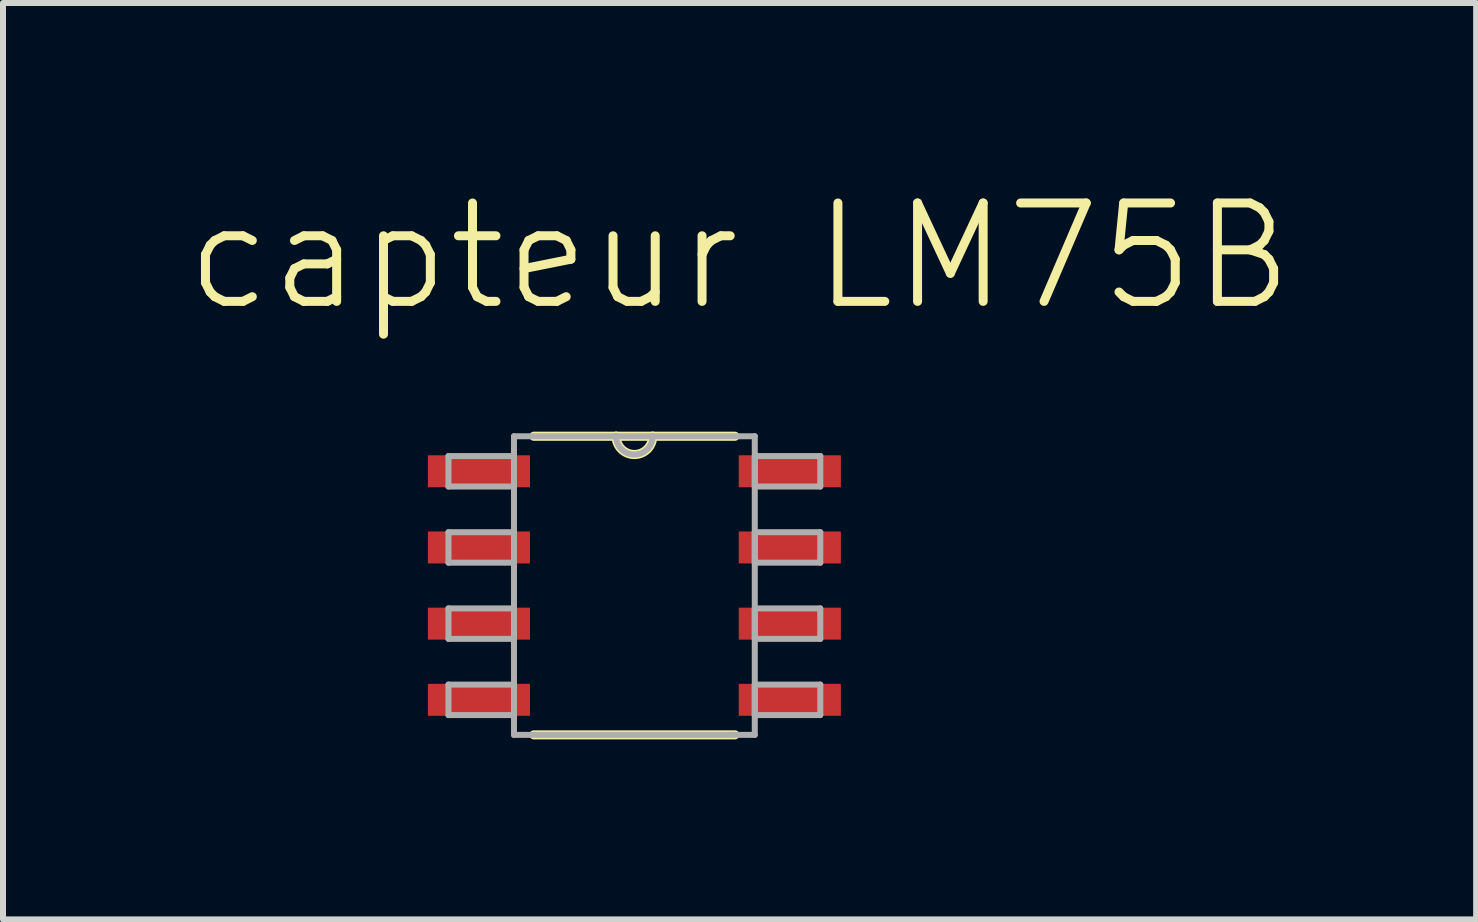
<source format=kicad_pcb>
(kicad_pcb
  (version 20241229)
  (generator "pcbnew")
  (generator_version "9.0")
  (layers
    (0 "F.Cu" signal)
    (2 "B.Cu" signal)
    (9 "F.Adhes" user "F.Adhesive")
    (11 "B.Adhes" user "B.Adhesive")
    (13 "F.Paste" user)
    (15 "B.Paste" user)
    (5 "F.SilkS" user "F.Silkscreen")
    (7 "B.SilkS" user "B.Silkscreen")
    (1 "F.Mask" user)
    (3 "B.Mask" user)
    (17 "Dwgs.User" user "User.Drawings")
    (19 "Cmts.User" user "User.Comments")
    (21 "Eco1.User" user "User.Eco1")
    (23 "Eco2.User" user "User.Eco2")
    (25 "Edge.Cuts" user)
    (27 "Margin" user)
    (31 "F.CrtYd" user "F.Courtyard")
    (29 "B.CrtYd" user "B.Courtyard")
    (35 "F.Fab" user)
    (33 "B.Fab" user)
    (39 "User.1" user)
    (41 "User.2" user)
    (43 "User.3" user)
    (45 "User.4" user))
  (footprint "capteur LM75B"
    (layer "F.Cu")
    (at 7.525 6.711)
    (property "Reference" "capteur LM75B" (at 1.753 -5.488 0) (layer "F.SilkS") (effects (font (size 1.64 1.64) (thickness 0.15))))
    (attr smd)
    (fp_line (start -1.676 2.489) (end 1.676 2.489) (stroke (width 0.152) (type solid)) (layer "F.SilkS"))
    (fp_line (start -0.305 -2.489) (end -1.676 -2.489) (stroke (width 0.152) (type solid)) (layer "F.SilkS"))
    (fp_line (start 0.305 -2.489) (end -0.305 -2.489) (stroke (width 0.152) (type solid)) (layer "F.SilkS"))
    (fp_line (start 1.676 -2.489) (end 0.305 -2.489) (stroke (width 0.152) (type solid)) (layer "F.SilkS"))
    (fp_arc (start 0.3048 -2.4892) (mid 0 -2.1844) (end -0.3048 -2.4892) (stroke (width 0.1524) (type solid)) (layer "F.SilkS"))
    (fp_line (start -3.099 -2.159) (end -3.099 -1.651) (stroke (width 0.1) (type solid)) (layer "F.Fab"))
    (fp_line (start -3.099 -1.651) (end -2.007 -1.651) (stroke (width 0.1) (type solid)) (layer "F.Fab"))
    (fp_line (start -3.099 -0.889) (end -3.099 -0.381) (stroke (width 0.1) (type solid)) (layer "F.Fab"))
    (fp_line (start -3.099 -0.381) (end -2.007 -0.381) (stroke (width 0.1) (type solid)) (layer "F.Fab"))
    (fp_line (start -3.099 0.381) (end -3.099 0.889) (stroke (width 0.1) (type solid)) (layer "F.Fab"))
    (fp_line (start -3.099 0.889) (end -2.007 0.889) (stroke (width 0.1) (type solid)) (layer "F.Fab"))
    (fp_line (start -3.099 1.651) (end -3.099 2.159) (stroke (width 0.1) (type solid)) (layer "F.Fab"))
    (fp_line (start -3.099 2.159) (end -2.007 2.159) (stroke (width 0.1) (type solid)) (layer "F.Fab"))
    (fp_line (start -2.007 -2.489) (end -2.007 2.489) (stroke (width 0.1) (type solid)) (layer "F.Fab"))
    (fp_line (start -2.007 -2.159) (end -3.099 -2.159) (stroke (width 0.1) (type solid)) (layer "F.Fab"))
    (fp_line (start -2.007 -1.651) (end -2.007 -2.159) (stroke (width 0.1) (type solid)) (layer "F.Fab"))
    (fp_line (start -2.007 -0.889) (end -3.099 -0.889) (stroke (width 0.1) (type solid)) (layer "F.Fab"))
    (fp_line (start -2.007 -0.381) (end -2.007 -0.889) (stroke (width 0.1) (type solid)) (layer "F.Fab"))
    (fp_line (start -2.007 0.381) (end -3.099 0.381) (stroke (width 0.1) (type solid)) (layer "F.Fab"))
    (fp_line (start -2.007 0.889) (end -2.007 0.381) (stroke (width 0.1) (type solid)) (layer "F.Fab"))
    (fp_line (start -2.007 1.651) (end -3.099 1.651) (stroke (width 0.1) (type solid)) (layer "F.Fab"))
    (fp_line (start -2.007 2.159) (end -2.007 1.651) (stroke (width 0.1) (type solid)) (layer "F.Fab"))
    (fp_line (start -2.007 2.489) (end 2.007 2.489) (stroke (width 0.1) (type solid)) (layer "F.Fab"))
    (fp_line (start -0.305 -2.489) (end -2.007 -2.489) (stroke (width 0.1) (type solid)) (layer "F.Fab"))
    (fp_line (start 0.305 -2.489) (end -0.305 -2.489) (stroke (width 0.1) (type solid)) (layer "F.Fab"))
    (fp_line (start 2.007 -2.489) (end 0.305 -2.489) (stroke (width 0.1) (type solid)) (layer "F.Fab"))
    (fp_line (start 2.007 -2.159) (end 2.007 -1.651) (stroke (width 0.1) (type solid)) (layer "F.Fab"))
    (fp_line (start 2.007 -1.651) (end 3.099 -1.651) (stroke (width 0.1) (type solid)) (layer "F.Fab"))
    (fp_line (start 2.007 -0.889) (end 2.007 -0.381) (stroke (width 0.1) (type solid)) (layer "F.Fab"))
    (fp_line (start 2.007 -0.381) (end 3.099 -0.381) (stroke (width 0.1) (type solid)) (layer "F.Fab"))
    (fp_line (start 2.007 0.381) (end 2.007 0.889) (stroke (width 0.1) (type solid)) (layer "F.Fab"))
    (fp_line (start 2.007 0.889) (end 3.099 0.889) (stroke (width 0.1) (type solid)) (layer "F.Fab"))
    (fp_line (start 2.007 1.651) (end 2.007 2.159) (stroke (width 0.1) (type solid)) (layer "F.Fab"))
    (fp_line (start 2.007 2.159) (end 3.099 2.159) (stroke (width 0.1) (type solid)) (layer "F.Fab"))
    (fp_line (start 2.007 2.489) (end 2.007 -2.489) (stroke (width 0.1) (type solid)) (layer "F.Fab"))
    (fp_line (start 3.099 -2.159) (end 2.007 -2.159) (stroke (width 0.1) (type solid)) (layer "F.Fab"))
    (fp_line (start 3.099 -1.651) (end 3.099 -2.159) (stroke (width 0.1) (type solid)) (layer "F.Fab"))
    (fp_line (start 3.099 -0.889) (end 2.007 -0.889) (stroke (width 0.1) (type solid)) (layer "F.Fab"))
    (fp_line (start 3.099 -0.381) (end 3.099 -0.889) (stroke (width 0.1) (type solid)) (layer "F.Fab"))
    (fp_line (start 3.099 0.381) (end 2.007 0.381) (stroke (width 0.1) (type solid)) (layer "F.Fab"))
    (fp_line (start 3.099 0.889) (end 3.099 0.381) (stroke (width 0.1) (type solid)) (layer "F.Fab"))
    (fp_line (start 3.099 1.651) (end 2.007 1.651) (stroke (width 0.1) (type solid)) (layer "F.Fab"))
    (fp_line (start 3.099 2.159) (end 3.099 1.651) (stroke (width 0.1) (type solid)) (layer "F.Fab"))
    (fp_arc (start 0.3048 -2.4892) (mid 0 -2.1844) (end -0.3048 -2.4892) (stroke (width 0.1) (type solid)) (layer "F.Fab"))
    (pad "1" smd rect (at -2.591 -1.905) (size 1.702 0.533) (layers "F.Cu" "F.Mask" "F.Paste"))
    (pad "2" smd rect (at -2.591 -0.635) (size 1.702 0.533) (layers "F.Cu" "F.Mask" "F.Paste"))
    (pad "3" smd rect (at -2.591 0.635) (size 1.702 0.533) (layers "F.Cu" "F.Mask" "F.Paste"))
    (pad "4" smd rect (at -2.591 1.905) (size 1.702 0.533) (layers "F.Cu" "F.Mask" "F.Paste"))
    (pad "5" smd rect (at 2.591 1.905) (size 1.702 0.533) (layers "F.Cu" "F.Mask" "F.Paste"))
    (pad "6" smd rect (at 2.591 0.635) (size 1.702 0.533) (layers "F.Cu" "F.Mask" "F.Paste"))
    (pad "7" smd rect (at 2.591 -0.635) (size 1.702 0.533) (layers "F.Cu" "F.Mask" "F.Paste"))
    (pad "8" smd rect (at 2.591 -1.905) (size 1.702 0.533) (layers "F.Cu" "F.Mask" "F.Paste")))
  (gr_rect
    (start -3 -3)
    (end 21.557 12.276)
    (stroke (width 0.1) (type default))
    (fill no)
    (layer "Edge.Cuts")))
</source>
